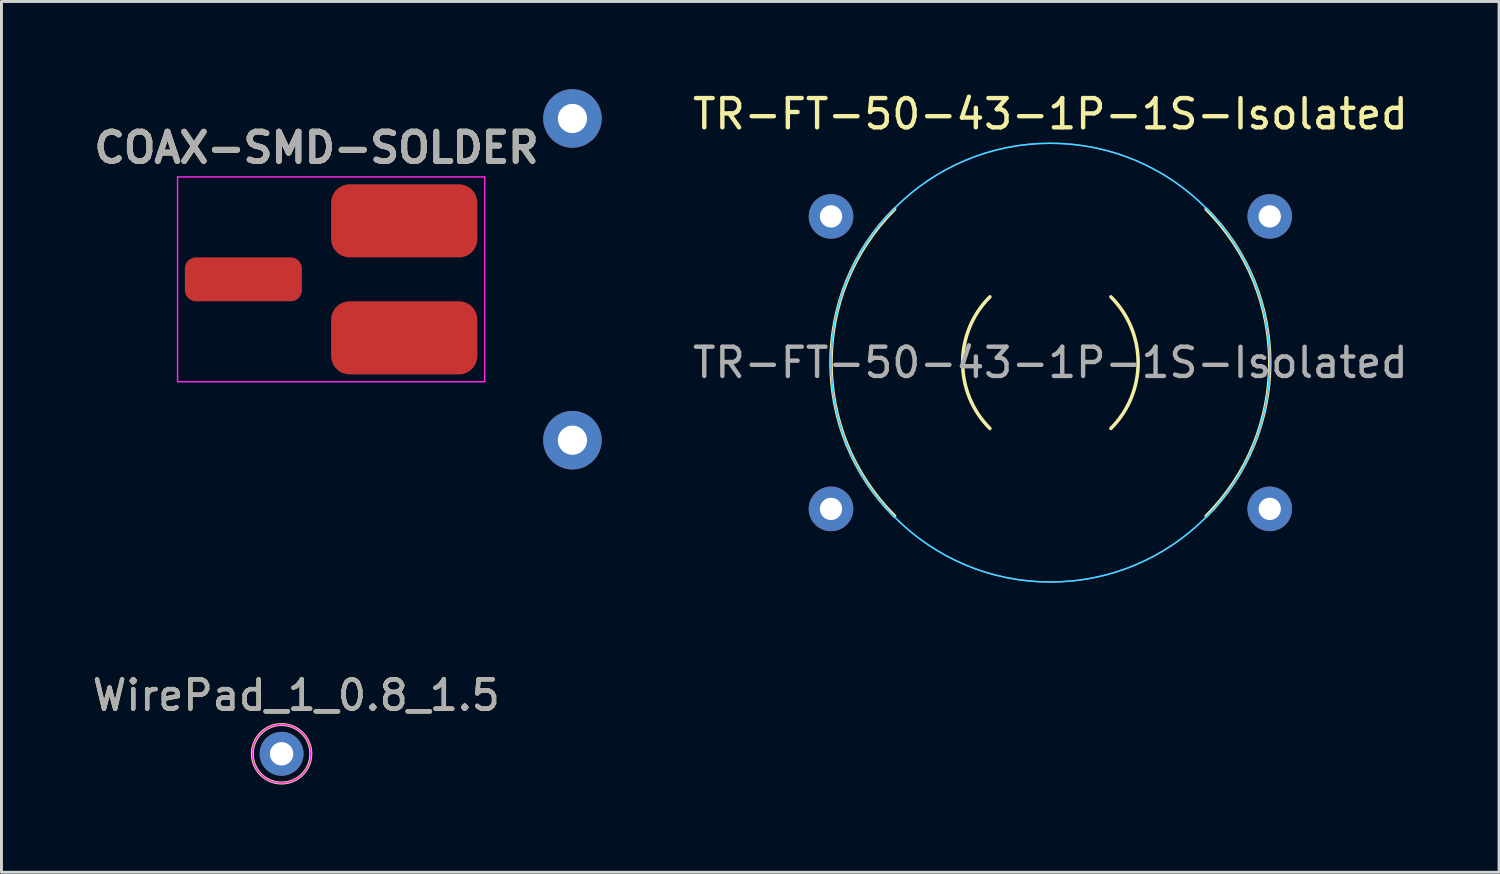
<source format=kicad_pcb>
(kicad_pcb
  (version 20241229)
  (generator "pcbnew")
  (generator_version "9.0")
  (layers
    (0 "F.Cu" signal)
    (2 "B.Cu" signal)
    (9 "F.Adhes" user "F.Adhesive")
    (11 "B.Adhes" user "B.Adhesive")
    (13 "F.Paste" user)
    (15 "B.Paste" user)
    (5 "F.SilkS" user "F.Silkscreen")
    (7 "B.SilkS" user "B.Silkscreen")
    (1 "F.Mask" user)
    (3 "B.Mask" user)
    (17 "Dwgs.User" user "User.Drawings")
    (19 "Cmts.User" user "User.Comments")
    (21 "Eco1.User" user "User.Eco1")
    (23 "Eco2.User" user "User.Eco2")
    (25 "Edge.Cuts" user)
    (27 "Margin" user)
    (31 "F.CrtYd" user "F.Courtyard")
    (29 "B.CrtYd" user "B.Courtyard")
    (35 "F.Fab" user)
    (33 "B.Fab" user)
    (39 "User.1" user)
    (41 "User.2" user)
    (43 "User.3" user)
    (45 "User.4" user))
  (footprint "TR-FT-50-43-1P-1S-Isolated"
    (layer "F.Cu")
    (at 32.861 9.348)
    (property "Reference" "TR-FT-50-43-1P-1S-Isolated" (at 0 -8.5 0) (unlocked yes) (layer "F.SilkS") (effects (font (size 1 1) (thickness 0.15))))
    (attr through_hole)
    (fp_arc (start -5.325379 5.25) (mid -7.5 0) (end -5.325379 -5.25) (stroke (width 0.12) (type solid)) (layer "F.SilkS"))
    (fp_arc (start -2.068019 2.25) (mid -3 0) (end -2.068019 -2.25) (stroke (width 0.12) (type solid)) (layer "F.SilkS"))
    (fp_arc (start 2.068019 -2.25) (mid 3 0) (end 2.068019 2.25) (stroke (width 0.12) (type solid)) (layer "F.SilkS"))
    (fp_arc (start 5.325379 -5.25) (mid 7.5 0) (end 5.325379 5.25) (stroke (width 0.12) (type solid)) (layer "F.SilkS"))
    (fp_circle (center 0 0) (end 7.5 0) (stroke (width 0.05) (type solid)) (fill no) (layer "B.CrtYd"))
    (fp_circle (center 0 0) (end 7.5 0) (stroke (width 0.05) (type solid)) (fill no) (layer "F.CrtYd"))
    (fp_text user "${REFERENCE}" (at 0 0 0) (unlocked yes) (layer "F.Fab") (effects (font (size 1 1) (thickness 0.15))))
    (pad "1" thru_hole circle (at -7.5 -5) (size 1.524 1.524) (drill 0.762) (layers "*.Cu" "*.Mask"))
    (pad "2" thru_hole circle (at -7.5 5) (size 1.524 1.524) (drill 0.762) (layers "*.Cu" "*.Mask"))
    (pad "3" thru_hole circle (at 7.5 5) (size 1.524 1.524) (drill 0.762) (layers "*.Cu" "*.Mask"))
    (pad "4" thru_hole circle (at 7.5 -5) (size 1.524 1.524) (drill 0.762) (layers "*.Cu" "*.Mask")))
  (footprint "WirePad_1_0.8_1.5"
    (layer "F.Cu")
    (at 6.577 22.721)
    (property "Reference" "WirePad_1_0.8_1.5" (at 0.5 -2 0) (unlocked yes) (layer "F.SilkS") (effects (font (size 1 1) (thickness 0.15))))
    (attr through_hole)
    (fp_circle (center 0 0) (end 1 0) (stroke (width 0.1) (type solid)) (fill no) (layer "F.SilkS"))
    (fp_circle (center 0 0) (end 1 0) (stroke (width 0.05) (type solid)) (fill no) (layer "F.CrtYd"))
    (fp_text user "${REFERENCE}" (at 0.5 -2 0) (unlocked yes) (layer "F.Fab") (effects (font (size 1 1) (thickness 0.15))))
    (pad "1" thru_hole circle (at 0 0) (size 1.5 1.5) (drill 0.8) (layers "*.Cu" "*.Mask")))
  (footprint "COAX-SMD-SOLDER"
    (layer "F.Cu")
    (at 7.771 6.5)
    (property "Reference" "COAX-SMD-SOLDER" (at 0 -4.5 0) (unlocked yes) (layer "F.SilkS") (effects (font (size 1 1) (thickness 0.2))))
    (attr smd)
    (fp_line (start -4.75 -3.5) (end 5.75 -3.5) (stroke (width 0.05) (type solid)) (layer "F.CrtYd"))
    (fp_line (start -4.75 0) (end -4.75 -3.5) (stroke (width 0.05) (type solid)) (layer "F.CrtYd"))
    (fp_line (start -4.75 3.5) (end -4.75 0) (stroke (width 0.05) (type solid)) (layer "F.CrtYd"))
    (fp_line (start 5.75 -3.5) (end 5.75 3.5) (stroke (width 0.05) (type solid)) (layer "F.CrtYd"))
    (fp_line (start 5.75 3.5) (end -4.75 3.5) (stroke (width 0.05) (type solid)) (layer "F.CrtYd"))
    (fp_text user "${REFERENCE}" (at 0 -4.5 0) (unlocked yes) (layer "F.Fab") (effects (font (size 1 1) (thickness 0.2))))
    (pad "1" smd roundrect (at -2.5 0) (size 4 1.5) (layers "F.Cu" "F.Mask" "F.Paste") (roundrect_rratio 0.25))
    (pad "2" smd roundrect (at 3 -2) (size 5 2.5) (layers "F.Cu" "F.Mask" "F.Paste") (roundrect_rratio 0.25))
    (pad "2" smd roundrect (at 3 2) (size 5 2.5) (layers "F.Cu" "F.Mask" "F.Paste") (roundrect_rratio 0.25))
    (pad "2" thru_hole circle (at 8.75 -5.5) (size 2 2) (drill 1) (layers "*.Cu" "*.Mask"))
    (pad "2" thru_hole circle (at 8.75 5.5) (size 2 2) (drill 1) (layers "*.Cu" "*.Mask")))
  (gr_rect
    (start -3 -3)
    (end 48.2 26.771)
    (stroke (width 0.1) (type default))
    (fill no)
    (layer "Edge.Cuts")))
</source>
